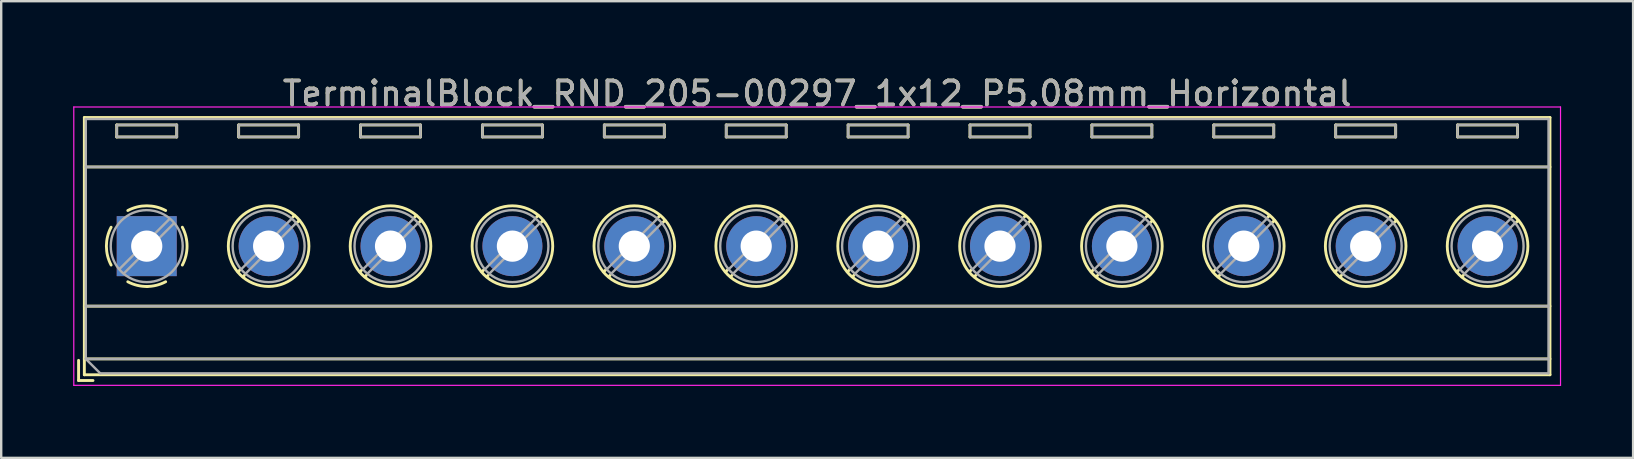
<source format=kicad_pcb>
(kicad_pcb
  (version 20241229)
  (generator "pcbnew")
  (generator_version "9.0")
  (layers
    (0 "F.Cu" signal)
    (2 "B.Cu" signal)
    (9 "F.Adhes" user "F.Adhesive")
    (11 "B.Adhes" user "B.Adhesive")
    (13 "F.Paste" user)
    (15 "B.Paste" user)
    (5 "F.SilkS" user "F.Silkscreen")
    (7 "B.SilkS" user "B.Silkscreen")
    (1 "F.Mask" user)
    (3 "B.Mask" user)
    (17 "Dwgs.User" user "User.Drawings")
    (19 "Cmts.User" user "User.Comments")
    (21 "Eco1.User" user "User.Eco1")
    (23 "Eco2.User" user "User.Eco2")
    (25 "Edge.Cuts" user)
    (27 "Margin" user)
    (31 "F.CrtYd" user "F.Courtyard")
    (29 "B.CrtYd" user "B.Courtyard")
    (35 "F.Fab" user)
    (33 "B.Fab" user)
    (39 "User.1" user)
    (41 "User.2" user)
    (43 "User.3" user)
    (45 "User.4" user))
  (footprint "TerminalBlock_RND_205-00297_1x12_P5.08mm_Horizontal"
    (layer "F.Cu")
    (at 3.065 7.208)
    (property "Reference" "TerminalBlock_RND_205-00297_1x12_P5.08mm_Horizontal" (at 27.94 -6.36 0) (layer "F.SilkS") (effects (font (size 1 1) (thickness 0.15))))
    (attr through_hole)
    (fp_line (start -2.84 4.76) (end -2.84 5.6) (stroke (width 0.12) (type solid)) (layer "F.SilkS"))
    (fp_line (start -2.84 5.6) (end -2.24 5.6) (stroke (width 0.12) (type solid)) (layer "F.SilkS"))
    (fp_line (start -2.6 -5.36) (end -2.6 5.36) (stroke (width 0.12) (type solid)) (layer "F.SilkS"))
    (fp_line (start -2.6 -5.36) (end 58.48 -5.36) (stroke (width 0.12) (type solid)) (layer "F.SilkS"))
    (fp_line (start -2.6 -3.3) (end 58.48 -3.3) (stroke (width 0.12) (type solid)) (layer "F.SilkS"))
    (fp_line (start -2.6 2.5) (end 58.48 2.5) (stroke (width 0.12) (type solid)) (layer "F.SilkS"))
    (fp_line (start -2.6 4.7) (end 58.48 4.7) (stroke (width 0.12) (type solid)) (layer "F.SilkS"))
    (fp_line (start -2.6 5.36) (end 58.48 5.36) (stroke (width 0.12) (type solid)) (layer "F.SilkS"))
    (fp_line (start -1.25 -5.05) (end -1.25 -4.55) (stroke (width 0.12) (type solid)) (layer "F.SilkS"))
    (fp_line (start -1.25 -5.05) (end 1.25 -5.05) (stroke (width 0.12) (type solid)) (layer "F.SilkS"))
    (fp_line (start -1.25 -4.55) (end 1.25 -4.55) (stroke (width 0.12) (type solid)) (layer "F.SilkS"))
    (fp_line (start 1.25 -5.05) (end 1.25 -4.55) (stroke (width 0.12) (type solid)) (layer "F.SilkS"))
    (fp_line (start 3.83 -5.05) (end 3.83 -4.55) (stroke (width 0.12) (type solid)) (layer "F.SilkS"))
    (fp_line (start 3.83 -5.05) (end 6.33 -5.05) (stroke (width 0.12) (type solid)) (layer "F.SilkS"))
    (fp_line (start 3.83 -4.55) (end 6.33 -4.55) (stroke (width 0.12) (type solid)) (layer "F.SilkS"))
    (fp_line (start 3.9 0.976) (end 3.806 1.069) (stroke (width 0.12) (type solid)) (layer "F.SilkS"))
    (fp_line (start 4.07 1.216) (end 4.011 1.274) (stroke (width 0.12) (type solid)) (layer "F.SilkS"))
    (fp_line (start 6.15 -1.275) (end 6.091 -1.216) (stroke (width 0.12) (type solid)) (layer "F.SilkS"))
    (fp_line (start 6.33 -5.05) (end 6.33 -4.55) (stroke (width 0.12) (type solid)) (layer "F.SilkS"))
    (fp_line (start 6.355 -1.069) (end 6.261 -0.976) (stroke (width 0.12) (type solid)) (layer "F.SilkS"))
    (fp_line (start 8.91 -5.05) (end 8.91 -4.55) (stroke (width 0.12) (type solid)) (layer "F.SilkS"))
    (fp_line (start 8.91 -5.05) (end 11.41 -5.05) (stroke (width 0.12) (type solid)) (layer "F.SilkS"))
    (fp_line (start 8.91 -4.55) (end 11.41 -4.55) (stroke (width 0.12) (type solid)) (layer "F.SilkS"))
    (fp_line (start 8.98 0.976) (end 8.886 1.069) (stroke (width 0.12) (type solid)) (layer "F.SilkS"))
    (fp_line (start 9.15 1.216) (end 9.091 1.274) (stroke (width 0.12) (type solid)) (layer "F.SilkS"))
    (fp_line (start 11.23 -1.275) (end 11.171 -1.216) (stroke (width 0.12) (type solid)) (layer "F.SilkS"))
    (fp_line (start 11.41 -5.05) (end 11.41 -4.55) (stroke (width 0.12) (type solid)) (layer "F.SilkS"))
    (fp_line (start 11.435 -1.069) (end 11.341 -0.976) (stroke (width 0.12) (type solid)) (layer "F.SilkS"))
    (fp_line (start 13.99 -5.05) (end 13.99 -4.55) (stroke (width 0.12) (type solid)) (layer "F.SilkS"))
    (fp_line (start 13.99 -5.05) (end 16.49 -5.05) (stroke (width 0.12) (type solid)) (layer "F.SilkS"))
    (fp_line (start 13.99 -4.55) (end 16.49 -4.55) (stroke (width 0.12) (type solid)) (layer "F.SilkS"))
    (fp_line (start 14.06 0.976) (end 13.966 1.069) (stroke (width 0.12) (type solid)) (layer "F.SilkS"))
    (fp_line (start 14.23 1.216) (end 14.171 1.274) (stroke (width 0.12) (type solid)) (layer "F.SilkS"))
    (fp_line (start 16.31 -1.275) (end 16.251 -1.216) (stroke (width 0.12) (type solid)) (layer "F.SilkS"))
    (fp_line (start 16.49 -5.05) (end 16.49 -4.55) (stroke (width 0.12) (type solid)) (layer "F.SilkS"))
    (fp_line (start 16.515 -1.069) (end 16.421 -0.976) (stroke (width 0.12) (type solid)) (layer "F.SilkS"))
    (fp_line (start 19.07 -5.05) (end 19.07 -4.55) (stroke (width 0.12) (type solid)) (layer "F.SilkS"))
    (fp_line (start 19.07 -5.05) (end 21.57 -5.05) (stroke (width 0.12) (type solid)) (layer "F.SilkS"))
    (fp_line (start 19.07 -4.55) (end 21.57 -4.55) (stroke (width 0.12) (type solid)) (layer "F.SilkS"))
    (fp_line (start 19.14 0.976) (end 19.046 1.069) (stroke (width 0.12) (type solid)) (layer "F.SilkS"))
    (fp_line (start 19.31 1.216) (end 19.251 1.274) (stroke (width 0.12) (type solid)) (layer "F.SilkS"))
    (fp_line (start 21.39 -1.275) (end 21.331 -1.216) (stroke (width 0.12) (type solid)) (layer "F.SilkS"))
    (fp_line (start 21.57 -5.05) (end 21.57 -4.55) (stroke (width 0.12) (type solid)) (layer "F.SilkS"))
    (fp_line (start 21.595 -1.069) (end 21.501 -0.976) (stroke (width 0.12) (type solid)) (layer "F.SilkS"))
    (fp_line (start 24.15 -5.05) (end 24.15 -4.55) (stroke (width 0.12) (type solid)) (layer "F.SilkS"))
    (fp_line (start 24.15 -5.05) (end 26.65 -5.05) (stroke (width 0.12) (type solid)) (layer "F.SilkS"))
    (fp_line (start 24.15 -4.55) (end 26.65 -4.55) (stroke (width 0.12) (type solid)) (layer "F.SilkS"))
    (fp_line (start 24.22 0.976) (end 24.126 1.069) (stroke (width 0.12) (type solid)) (layer "F.SilkS"))
    (fp_line (start 24.39 1.216) (end 24.331 1.274) (stroke (width 0.12) (type solid)) (layer "F.SilkS"))
    (fp_line (start 26.47 -1.275) (end 26.411 -1.216) (stroke (width 0.12) (type solid)) (layer "F.SilkS"))
    (fp_line (start 26.65 -5.05) (end 26.65 -4.55) (stroke (width 0.12) (type solid)) (layer "F.SilkS"))
    (fp_line (start 26.675 -1.069) (end 26.581 -0.976) (stroke (width 0.12) (type solid)) (layer "F.SilkS"))
    (fp_line (start 29.23 -5.05) (end 29.23 -4.55) (stroke (width 0.12) (type solid)) (layer "F.SilkS"))
    (fp_line (start 29.23 -5.05) (end 31.73 -5.05) (stroke (width 0.12) (type solid)) (layer "F.SilkS"))
    (fp_line (start 29.23 -4.55) (end 31.73 -4.55) (stroke (width 0.12) (type solid)) (layer "F.SilkS"))
    (fp_line (start 29.3 0.976) (end 29.206 1.069) (stroke (width 0.12) (type solid)) (layer "F.SilkS"))
    (fp_line (start 29.47 1.216) (end 29.411 1.274) (stroke (width 0.12) (type solid)) (layer "F.SilkS"))
    (fp_line (start 31.55 -1.275) (end 31.491 -1.216) (stroke (width 0.12) (type solid)) (layer "F.SilkS"))
    (fp_line (start 31.73 -5.05) (end 31.73 -4.55) (stroke (width 0.12) (type solid)) (layer "F.SilkS"))
    (fp_line (start 31.755 -1.069) (end 31.661 -0.976) (stroke (width 0.12) (type solid)) (layer "F.SilkS"))
    (fp_line (start 34.31 -5.05) (end 34.31 -4.55) (stroke (width 0.12) (type solid)) (layer "F.SilkS"))
    (fp_line (start 34.31 -5.05) (end 36.81 -5.05) (stroke (width 0.12) (type solid)) (layer "F.SilkS"))
    (fp_line (start 34.31 -4.55) (end 36.81 -4.55) (stroke (width 0.12) (type solid)) (layer "F.SilkS"))
    (fp_line (start 34.38 0.976) (end 34.286 1.069) (stroke (width 0.12) (type solid)) (layer "F.SilkS"))
    (fp_line (start 34.55 1.216) (end 34.491 1.274) (stroke (width 0.12) (type solid)) (layer "F.SilkS"))
    (fp_line (start 36.63 -1.275) (end 36.571 -1.216) (stroke (width 0.12) (type solid)) (layer "F.SilkS"))
    (fp_line (start 36.81 -5.05) (end 36.81 -4.55) (stroke (width 0.12) (type solid)) (layer "F.SilkS"))
    (fp_line (start 36.835 -1.069) (end 36.741 -0.976) (stroke (width 0.12) (type solid)) (layer "F.SilkS"))
    (fp_line (start 39.39 -5.05) (end 39.39 -4.55) (stroke (width 0.12) (type solid)) (layer "F.SilkS"))
    (fp_line (start 39.39 -5.05) (end 41.89 -5.05) (stroke (width 0.12) (type solid)) (layer "F.SilkS"))
    (fp_line (start 39.39 -4.55) (end 41.89 -4.55) (stroke (width 0.12) (type solid)) (layer "F.SilkS"))
    (fp_line (start 39.46 0.976) (end 39.366 1.069) (stroke (width 0.12) (type solid)) (layer "F.SilkS"))
    (fp_line (start 39.63 1.216) (end 39.571 1.274) (stroke (width 0.12) (type solid)) (layer "F.SilkS"))
    (fp_line (start 41.71 -1.275) (end 41.651 -1.216) (stroke (width 0.12) (type solid)) (layer "F.SilkS"))
    (fp_line (start 41.89 -5.05) (end 41.89 -4.55) (stroke (width 0.12) (type solid)) (layer "F.SilkS"))
    (fp_line (start 41.915 -1.069) (end 41.821 -0.976) (stroke (width 0.12) (type solid)) (layer "F.SilkS"))
    (fp_line (start 44.47 -5.05) (end 44.47 -4.55) (stroke (width 0.12) (type solid)) (layer "F.SilkS"))
    (fp_line (start 44.47 -5.05) (end 46.97 -5.05) (stroke (width 0.12) (type solid)) (layer "F.SilkS"))
    (fp_line (start 44.47 -4.55) (end 46.97 -4.55) (stroke (width 0.12) (type solid)) (layer "F.SilkS"))
    (fp_line (start 44.54 0.976) (end 44.446 1.069) (stroke (width 0.12) (type solid)) (layer "F.SilkS"))
    (fp_line (start 44.71 1.216) (end 44.651 1.274) (stroke (width 0.12) (type solid)) (layer "F.SilkS"))
    (fp_line (start 46.79 -1.275) (end 46.731 -1.216) (stroke (width 0.12) (type solid)) (layer "F.SilkS"))
    (fp_line (start 46.97 -5.05) (end 46.97 -4.55) (stroke (width 0.12) (type solid)) (layer "F.SilkS"))
    (fp_line (start 46.995 -1.069) (end 46.901 -0.976) (stroke (width 0.12) (type solid)) (layer "F.SilkS"))
    (fp_line (start 49.55 -5.05) (end 49.55 -4.55) (stroke (width 0.12) (type solid)) (layer "F.SilkS"))
    (fp_line (start 49.55 -5.05) (end 52.05 -5.05) (stroke (width 0.12) (type solid)) (layer "F.SilkS"))
    (fp_line (start 49.55 -4.55) (end 52.05 -4.55) (stroke (width 0.12) (type solid)) (layer "F.SilkS"))
    (fp_line (start 49.62 0.976) (end 49.526 1.069) (stroke (width 0.12) (type solid)) (layer "F.SilkS"))
    (fp_line (start 49.79 1.216) (end 49.731 1.274) (stroke (width 0.12) (type solid)) (layer "F.SilkS"))
    (fp_line (start 51.87 -1.275) (end 51.811 -1.216) (stroke (width 0.12) (type solid)) (layer "F.SilkS"))
    (fp_line (start 52.05 -5.05) (end 52.05 -4.55) (stroke (width 0.12) (type solid)) (layer "F.SilkS"))
    (fp_line (start 52.075 -1.069) (end 51.981 -0.976) (stroke (width 0.12) (type solid)) (layer "F.SilkS"))
    (fp_line (start 54.63 -5.05) (end 54.63 -4.55) (stroke (width 0.12) (type solid)) (layer "F.SilkS"))
    (fp_line (start 54.63 -5.05) (end 57.13 -5.05) (stroke (width 0.12) (type solid)) (layer "F.SilkS"))
    (fp_line (start 54.63 -4.55) (end 57.13 -4.55) (stroke (width 0.12) (type solid)) (layer "F.SilkS"))
    (fp_line (start 54.7 0.976) (end 54.606 1.069) (stroke (width 0.12) (type solid)) (layer "F.SilkS"))
    (fp_line (start 54.87 1.216) (end 54.811 1.274) (stroke (width 0.12) (type solid)) (layer "F.SilkS"))
    (fp_line (start 56.95 -1.275) (end 56.891 -1.216) (stroke (width 0.12) (type solid)) (layer "F.SilkS"))
    (fp_line (start 57.13 -5.05) (end 57.13 -4.55) (stroke (width 0.12) (type solid)) (layer "F.SilkS"))
    (fp_line (start 57.155 -1.069) (end 57.061 -0.976) (stroke (width 0.12) (type solid)) (layer "F.SilkS"))
    (fp_line (start 58.48 -5.36) (end 58.48 5.36) (stroke (width 0.12) (type solid)) (layer "F.SilkS"))
    (fp_arc (start -1.483953 0.789089) (mid -1.680708 0.00005) (end -1.484 -0.789) (stroke (width 0.12) (type solid)) (layer "F.SilkS"))
    (fp_arc (start -0.789089 -1.483953) (mid -0.00005 -1.680708) (end 0.789 -1.484) (stroke (width 0.12) (type solid)) (layer "F.SilkS"))
    (fp_arc (start 0.029383 1.68045) (mid -0.392304 1.634281) (end -0.789 1.484) (stroke (width 0.12) (type solid)) (layer "F.SilkS"))
    (fp_arc (start 0.788712 1.483352) (mid 0.406429 1.630097) (end 0 1.68) (stroke (width 0.12) (type solid)) (layer "F.SilkS"))
    (fp_arc (start 1.483953 -0.789089) (mid 1.680708 -0.00005) (end 1.484 0.789) (stroke (width 0.12) (type solid)) (layer "F.SilkS"))
    (fp_circle (center 5.08 0) (end 6.76 0) (stroke (width 0.12) (type solid)) (fill no) (layer "F.SilkS"))
    (fp_circle (center 10.16 0) (end 11.84 0) (stroke (width 0.12) (type solid)) (fill no) (layer "F.SilkS"))
    (fp_circle (center 15.24 0) (end 16.92 0) (stroke (width 0.12) (type solid)) (fill no) (layer "F.SilkS"))
    (fp_circle (center 20.32 0) (end 22 0) (stroke (width 0.12) (type solid)) (fill no) (layer "F.SilkS"))
    (fp_circle (center 25.4 0) (end 27.08 0) (stroke (width 0.12) (type solid)) (fill no) (layer "F.SilkS"))
    (fp_circle (center 30.48 0) (end 32.16 0) (stroke (width 0.12) (type solid)) (fill no) (layer "F.SilkS"))
    (fp_circle (center 35.56 0) (end 37.24 0) (stroke (width 0.12) (type solid)) (fill no) (layer "F.SilkS"))
    (fp_circle (center 40.64 0) (end 42.32 0) (stroke (width 0.12) (type solid)) (fill no) (layer "F.SilkS"))
    (fp_circle (center 45.72 0) (end 47.4 0) (stroke (width 0.12) (type solid)) (fill no) (layer "F.SilkS"))
    (fp_circle (center 50.8 0) (end 52.48 0) (stroke (width 0.12) (type solid)) (fill no) (layer "F.SilkS"))
    (fp_circle (center 55.88 0) (end 57.56 0) (stroke (width 0.12) (type solid)) (fill no) (layer "F.SilkS"))
    (fp_line (start -3.04 -5.8) (end -3.04 5.8) (stroke (width 0.05) (type solid)) (layer "F.CrtYd"))
    (fp_line (start -3.04 5.8) (end 58.92 5.8) (stroke (width 0.05) (type solid)) (layer "F.CrtYd"))
    (fp_line (start 58.92 -5.8) (end -3.04 -5.8) (stroke (width 0.05) (type solid)) (layer "F.CrtYd"))
    (fp_line (start 58.92 5.8) (end 58.92 -5.8) (stroke (width 0.05) (type solid)) (layer "F.CrtYd"))
    (fp_line (start -2.54 -5.3) (end 58.42 -5.3) (stroke (width 0.1) (type solid)) (layer "F.Fab"))
    (fp_line (start -2.54 -3.3) (end 58.42 -3.3) (stroke (width 0.1) (type solid)) (layer "F.Fab"))
    (fp_line (start -2.54 2.5) (end 58.42 2.5) (stroke (width 0.1) (type solid)) (layer "F.Fab"))
    (fp_line (start -2.54 4.7) (end -2.54 -5.3) (stroke (width 0.1) (type solid)) (layer "F.Fab"))
    (fp_line (start -2.54 4.7) (end 58.42 4.7) (stroke (width 0.1) (type solid)) (layer "F.Fab"))
    (fp_line (start -1.94 5.3) (end -2.54 4.7) (stroke (width 0.1) (type solid)) (layer "F.Fab"))
    (fp_line (start -1.25 -5.05) (end -1.25 -4.55) (stroke (width 0.1) (type solid)) (layer "F.Fab"))
    (fp_line (start -1.25 -4.55) (end 1.25 -4.55) (stroke (width 0.1) (type solid)) (layer "F.Fab"))
    (fp_line (start 0.955 -1.138) (end -1.138 0.955) (stroke (width 0.1) (type solid)) (layer "F.Fab"))
    (fp_line (start 1.138 -0.955) (end -0.955 1.138) (stroke (width 0.1) (type solid)) (layer "F.Fab"))
    (fp_line (start 1.25 -5.05) (end -1.25 -5.05) (stroke (width 0.1) (type solid)) (layer "F.Fab"))
    (fp_line (start 1.25 -4.55) (end 1.25 -5.05) (stroke (width 0.1) (type solid)) (layer "F.Fab"))
    (fp_line (start 3.83 -5.05) (end 3.83 -4.55) (stroke (width 0.1) (type solid)) (layer "F.Fab"))
    (fp_line (start 3.83 -4.55) (end 6.33 -4.55) (stroke (width 0.1) (type solid)) (layer "F.Fab"))
    (fp_line (start 6.035 -1.138) (end 3.943 0.955) (stroke (width 0.1) (type solid)) (layer "F.Fab"))
    (fp_line (start 6.218 -0.955) (end 4.126 1.138) (stroke (width 0.1) (type solid)) (layer "F.Fab"))
    (fp_line (start 6.33 -5.05) (end 3.83 -5.05) (stroke (width 0.1) (type solid)) (layer "F.Fab"))
    (fp_line (start 6.33 -4.55) (end 6.33 -5.05) (stroke (width 0.1) (type solid)) (layer "F.Fab"))
    (fp_line (start 8.91 -5.05) (end 8.91 -4.55) (stroke (width 0.1) (type solid)) (layer "F.Fab"))
    (fp_line (start 8.91 -4.55) (end 11.41 -4.55) (stroke (width 0.1) (type solid)) (layer "F.Fab"))
    (fp_line (start 11.115 -1.138) (end 9.023 0.955) (stroke (width 0.1) (type solid)) (layer "F.Fab"))
    (fp_line (start 11.298 -0.955) (end 9.206 1.138) (stroke (width 0.1) (type solid)) (layer "F.Fab"))
    (fp_line (start 11.41 -5.05) (end 8.91 -5.05) (stroke (width 0.1) (type solid)) (layer "F.Fab"))
    (fp_line (start 11.41 -4.55) (end 11.41 -5.05) (stroke (width 0.1) (type solid)) (layer "F.Fab"))
    (fp_line (start 13.99 -5.05) (end 13.99 -4.55) (stroke (width 0.1) (type solid)) (layer "F.Fab"))
    (fp_line (start 13.99 -4.55) (end 16.49 -4.55) (stroke (width 0.1) (type solid)) (layer "F.Fab"))
    (fp_line (start 16.195 -1.138) (end 14.103 0.955) (stroke (width 0.1) (type solid)) (layer "F.Fab"))
    (fp_line (start 16.378 -0.955) (end 14.286 1.138) (stroke (width 0.1) (type solid)) (layer "F.Fab"))
    (fp_line (start 16.49 -5.05) (end 13.99 -5.05) (stroke (width 0.1) (type solid)) (layer "F.Fab"))
    (fp_line (start 16.49 -4.55) (end 16.49 -5.05) (stroke (width 0.1) (type solid)) (layer "F.Fab"))
    (fp_line (start 19.07 -5.05) (end 19.07 -4.55) (stroke (width 0.1) (type solid)) (layer "F.Fab"))
    (fp_line (start 19.07 -4.55) (end 21.57 -4.55) (stroke (width 0.1) (type solid)) (layer "F.Fab"))
    (fp_line (start 21.275 -1.138) (end 19.183 0.955) (stroke (width 0.1) (type solid)) (layer "F.Fab"))
    (fp_line (start 21.458 -0.955) (end 19.366 1.138) (stroke (width 0.1) (type solid)) (layer "F.Fab"))
    (fp_line (start 21.57 -5.05) (end 19.07 -5.05) (stroke (width 0.1) (type solid)) (layer "F.Fab"))
    (fp_line (start 21.57 -4.55) (end 21.57 -5.05) (stroke (width 0.1) (type solid)) (layer "F.Fab"))
    (fp_line (start 24.15 -5.05) (end 24.15 -4.55) (stroke (width 0.1) (type solid)) (layer "F.Fab"))
    (fp_line (start 24.15 -4.55) (end 26.65 -4.55) (stroke (width 0.1) (type solid)) (layer "F.Fab"))
    (fp_line (start 26.355 -1.138) (end 24.263 0.955) (stroke (width 0.1) (type solid)) (layer "F.Fab"))
    (fp_line (start 26.538 -0.955) (end 24.446 1.138) (stroke (width 0.1) (type solid)) (layer "F.Fab"))
    (fp_line (start 26.65 -5.05) (end 24.15 -5.05) (stroke (width 0.1) (type solid)) (layer "F.Fab"))
    (fp_line (start 26.65 -4.55) (end 26.65 -5.05) (stroke (width 0.1) (type solid)) (layer "F.Fab"))
    (fp_line (start 29.23 -5.05) (end 29.23 -4.55) (stroke (width 0.1) (type solid)) (layer "F.Fab"))
    (fp_line (start 29.23 -4.55) (end 31.73 -4.55) (stroke (width 0.1) (type solid)) (layer "F.Fab"))
    (fp_line (start 31.435 -1.138) (end 29.343 0.955) (stroke (width 0.1) (type solid)) (layer "F.Fab"))
    (fp_line (start 31.618 -0.955) (end 29.526 1.138) (stroke (width 0.1) (type solid)) (layer "F.Fab"))
    (fp_line (start 31.73 -5.05) (end 29.23 -5.05) (stroke (width 0.1) (type solid)) (layer "F.Fab"))
    (fp_line (start 31.73 -4.55) (end 31.73 -5.05) (stroke (width 0.1) (type solid)) (layer "F.Fab"))
    (fp_line (start 34.31 -5.05) (end 34.31 -4.55) (stroke (width 0.1) (type solid)) (layer "F.Fab"))
    (fp_line (start 34.31 -4.55) (end 36.81 -4.55) (stroke (width 0.1) (type solid)) (layer "F.Fab"))
    (fp_line (start 36.515 -1.138) (end 34.423 0.955) (stroke (width 0.1) (type solid)) (layer "F.Fab"))
    (fp_line (start 36.698 -0.955) (end 34.606 1.138) (stroke (width 0.1) (type solid)) (layer "F.Fab"))
    (fp_line (start 36.81 -5.05) (end 34.31 -5.05) (stroke (width 0.1) (type solid)) (layer "F.Fab"))
    (fp_line (start 36.81 -4.55) (end 36.81 -5.05) (stroke (width 0.1) (type solid)) (layer "F.Fab"))
    (fp_line (start 39.39 -5.05) (end 39.39 -4.55) (stroke (width 0.1) (type solid)) (layer "F.Fab"))
    (fp_line (start 39.39 -4.55) (end 41.89 -4.55) (stroke (width 0.1) (type solid)) (layer "F.Fab"))
    (fp_line (start 41.595 -1.138) (end 39.503 0.955) (stroke (width 0.1) (type solid)) (layer "F.Fab"))
    (fp_line (start 41.778 -0.955) (end 39.686 1.138) (stroke (width 0.1) (type solid)) (layer "F.Fab"))
    (fp_line (start 41.89 -5.05) (end 39.39 -5.05) (stroke (width 0.1) (type solid)) (layer "F.Fab"))
    (fp_line (start 41.89 -4.55) (end 41.89 -5.05) (stroke (width 0.1) (type solid)) (layer "F.Fab"))
    (fp_line (start 44.47 -5.05) (end 44.47 -4.55) (stroke (width 0.1) (type solid)) (layer "F.Fab"))
    (fp_line (start 44.47 -4.55) (end 46.97 -4.55) (stroke (width 0.1) (type solid)) (layer "F.Fab"))
    (fp_line (start 46.675 -1.138) (end 44.583 0.955) (stroke (width 0.1) (type solid)) (layer "F.Fab"))
    (fp_line (start 46.858 -0.955) (end 44.766 1.138) (stroke (width 0.1) (type solid)) (layer "F.Fab"))
    (fp_line (start 46.97 -5.05) (end 44.47 -5.05) (stroke (width 0.1) (type solid)) (layer "F.Fab"))
    (fp_line (start 46.97 -4.55) (end 46.97 -5.05) (stroke (width 0.1) (type solid)) (layer "F.Fab"))
    (fp_line (start 49.55 -5.05) (end 49.55 -4.55) (stroke (width 0.1) (type solid)) (layer "F.Fab"))
    (fp_line (start 49.55 -4.55) (end 52.05 -4.55) (stroke (width 0.1) (type solid)) (layer "F.Fab"))
    (fp_line (start 51.755 -1.138) (end 49.663 0.955) (stroke (width 0.1) (type solid)) (layer "F.Fab"))
    (fp_line (start 51.938 -0.955) (end 49.846 1.138) (stroke (width 0.1) (type solid)) (layer "F.Fab"))
    (fp_line (start 52.05 -5.05) (end 49.55 -5.05) (stroke (width 0.1) (type solid)) (layer "F.Fab"))
    (fp_line (start 52.05 -4.55) (end 52.05 -5.05) (stroke (width 0.1) (type solid)) (layer "F.Fab"))
    (fp_line (start 54.63 -5.05) (end 54.63 -4.55) (stroke (width 0.1) (type solid)) (layer "F.Fab"))
    (fp_line (start 54.63 -4.55) (end 57.13 -4.55) (stroke (width 0.1) (type solid)) (layer "F.Fab"))
    (fp_line (start 56.835 -1.138) (end 54.743 0.955) (stroke (width 0.1) (type solid)) (layer "F.Fab"))
    (fp_line (start 57.018 -0.955) (end 54.926 1.138) (stroke (width 0.1) (type solid)) (layer "F.Fab"))
    (fp_line (start 57.13 -5.05) (end 54.63 -5.05) (stroke (width 0.1) (type solid)) (layer "F.Fab"))
    (fp_line (start 57.13 -4.55) (end 57.13 -5.05) (stroke (width 0.1) (type solid)) (layer "F.Fab"))
    (fp_line (start 58.42 -5.3) (end 58.42 5.3) (stroke (width 0.1) (type solid)) (layer "F.Fab"))
    (fp_line (start 58.42 5.3) (end -1.94 5.3) (stroke (width 0.1) (type solid)) (layer "F.Fab"))
    (fp_circle (center 0 0) (end 1.5 0) (stroke (width 0.1) (type solid)) (fill no) (layer "F.Fab"))
    (fp_circle (center 5.08 0) (end 6.58 0) (stroke (width 0.1) (type solid)) (fill no) (layer "F.Fab"))
    (fp_circle (center 10.16 0) (end 11.66 0) (stroke (width 0.1) (type solid)) (fill no) (layer "F.Fab"))
    (fp_circle (center 15.24 0) (end 16.74 0) (stroke (width 0.1) (type solid)) (fill no) (layer "F.Fab"))
    (fp_circle (center 20.32 0) (end 21.82 0) (stroke (width 0.1) (type solid)) (fill no) (layer "F.Fab"))
    (fp_circle (center 25.4 0) (end 26.9 0) (stroke (width 0.1) (type solid)) (fill no) (layer "F.Fab"))
    (fp_circle (center 30.48 0) (end 31.98 0) (stroke (width 0.1) (type solid)) (fill no) (layer "F.Fab"))
    (fp_circle (center 35.56 0) (end 37.06 0) (stroke (width 0.1) (type solid)) (fill no) (layer "F.Fab"))
    (fp_circle (center 40.64 0) (end 42.14 0) (stroke (width 0.1) (type solid)) (fill no) (layer "F.Fab"))
    (fp_circle (center 45.72 0) (end 47.22 0) (stroke (width 0.1) (type solid)) (fill no) (layer "F.Fab"))
    (fp_circle (center 50.8 0) (end 52.3 0) (stroke (width 0.1) (type solid)) (fill no) (layer "F.Fab"))
    (fp_circle (center 55.88 0) (end 57.38 0) (stroke (width 0.1) (type solid)) (fill no) (layer "F.Fab"))
    (fp_text user "${REFERENCE}" (at 27.94 -6.36 0) (layer "F.Fab") (effects (font (size 1 1) (thickness 0.15))))
    (pad "1" thru_hole rect (at 0 0) (size 2.5 2.5) (drill 1.3) (layers "*.Cu" "*.Mask"))
    (pad "2" thru_hole circle (at 5.08 0) (size 2.5 2.5) (drill 1.3) (layers "*.Cu" "*.Mask"))
    (pad "3" thru_hole circle (at 10.16 0) (size 2.5 2.5) (drill 1.3) (layers "*.Cu" "*.Mask"))
    (pad "4" thru_hole circle (at 15.24 0) (size 2.5 2.5) (drill 1.3) (layers "*.Cu" "*.Mask"))
    (pad "5" thru_hole circle (at 20.32 0) (size 2.5 2.5) (drill 1.3) (layers "*.Cu" "*.Mask"))
    (pad "6" thru_hole circle (at 25.4 0) (size 2.5 2.5) (drill 1.3) (layers "*.Cu" "*.Mask"))
    (pad "7" thru_hole circle (at 30.48 0) (size 2.5 2.5) (drill 1.3) (layers "*.Cu" "*.Mask"))
    (pad "8" thru_hole circle (at 35.56 0) (size 2.5 2.5) (drill 1.3) (layers "*.Cu" "*.Mask"))
    (pad "9" thru_hole circle (at 40.64 0) (size 2.5 2.5) (drill 1.3) (layers "*.Cu" "*.Mask"))
    (pad "10" thru_hole circle (at 45.72 0) (size 2.5 2.5) (drill 1.3) (layers "*.Cu" "*.Mask"))
    (pad "11" thru_hole circle (at 50.8 0) (size 2.5 2.5) (drill 1.3) (layers "*.Cu" "*.Mask"))
    (pad "12" thru_hole circle (at 55.88 0) (size 2.5 2.5) (drill 1.3) (layers "*.Cu" "*.Mask")))
  (gr_rect
    (start -3 -3)
    (end 65.01 16.033)
    (stroke (width 0.1) (type default))
    (fill no)
    (layer "Edge.Cuts")))
</source>
